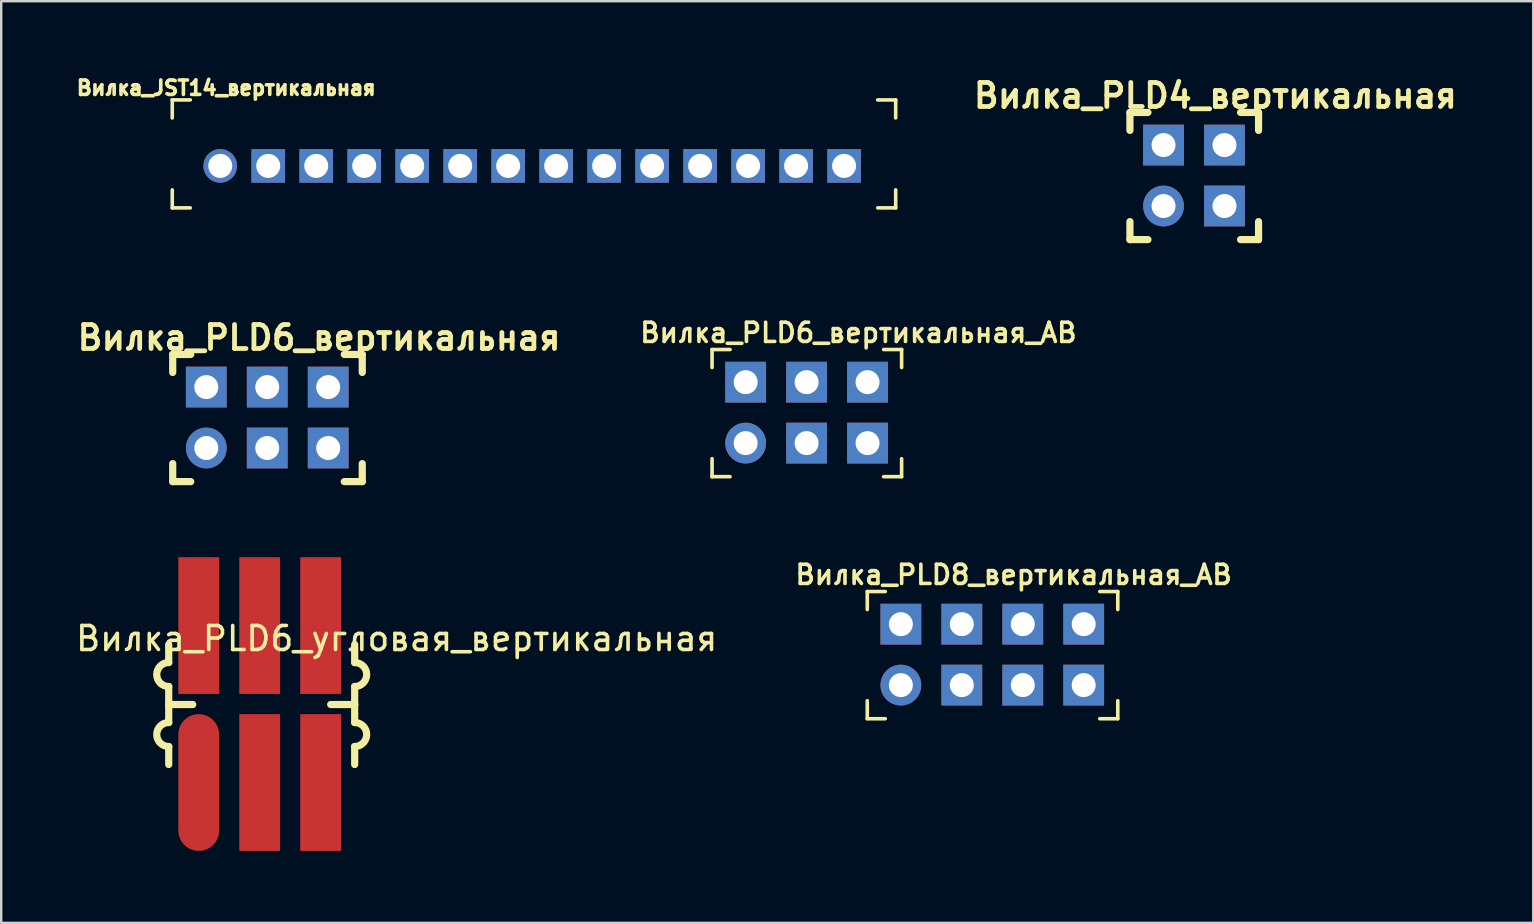
<source format=kicad_pcb>
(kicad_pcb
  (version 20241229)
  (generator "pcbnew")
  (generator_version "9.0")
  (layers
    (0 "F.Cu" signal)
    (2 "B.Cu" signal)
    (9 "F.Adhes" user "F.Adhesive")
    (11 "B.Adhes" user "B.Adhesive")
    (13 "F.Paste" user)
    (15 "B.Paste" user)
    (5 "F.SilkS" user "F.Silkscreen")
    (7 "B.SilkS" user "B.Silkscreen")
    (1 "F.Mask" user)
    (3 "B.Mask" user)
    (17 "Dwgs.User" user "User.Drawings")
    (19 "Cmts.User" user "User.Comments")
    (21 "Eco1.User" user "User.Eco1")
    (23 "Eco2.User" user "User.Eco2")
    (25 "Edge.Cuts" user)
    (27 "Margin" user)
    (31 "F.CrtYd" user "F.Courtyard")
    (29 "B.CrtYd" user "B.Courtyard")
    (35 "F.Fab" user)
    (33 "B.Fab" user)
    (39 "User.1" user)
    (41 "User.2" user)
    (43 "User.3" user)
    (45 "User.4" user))
  (footprint "Вилка_PLD6_вертикальная_AB"
    (layer "F.Cu")
    (at 28.026 15.417)
    (property "Reference" "Вилка_PLD6_вертикальная_AB" (at 4.7 -4.6 0) (layer "F.SilkS") (effects (font (size 0.8 0.8) (thickness 0.15))))
    (attr through_hole)
    (fp_line (start -1.4 -3.9) (end -1.4 -3.15) (stroke (width 0.15) (type solid)) (layer "F.SilkS"))
    (fp_line (start -1.4 -3.9) (end -0.65 -3.9) (stroke (width 0.15) (type solid)) (layer "F.SilkS"))
    (fp_line (start -1.4 0.65) (end -1.4 1.4) (stroke (width 0.15) (type solid)) (layer "F.SilkS"))
    (fp_line (start -1.4 1.4) (end -0.65 1.4) (stroke (width 0.15) (type solid)) (layer "F.SilkS"))
    (fp_line (start 6.5 -3.9) (end 5.75 -3.9) (stroke (width 0.15) (type solid)) (layer "F.SilkS"))
    (fp_line (start 6.5 -3.15) (end 6.5 -3.9) (stroke (width 0.15) (type solid)) (layer "F.SilkS"))
    (fp_line (start 6.5 0.65) (end 6.5 1.4) (stroke (width 0.15) (type solid)) (layer "F.SilkS"))
    (fp_line (start 6.5 1.4) (end 5.75 1.4) (stroke (width 0.15) (type solid)) (layer "F.SilkS"))
    (pad "1A" thru_hole circle (at 0 0) (size 1.7 1.7) (drill 1) (layers "*.Cu" "*.Mask"))
    (pad "1B" thru_hole rect (at 0 -2.54) (size 1.7 1.7) (drill 1) (layers "*.Cu" "*.Mask"))
    (pad "2A" thru_hole rect (at 2.54 0) (size 1.7 1.7) (drill 1) (layers "*.Cu" "*.Mask"))
    (pad "2B" thru_hole rect (at 2.54 -2.54) (size 1.7 1.7) (drill 1) (layers "*.Cu" "*.Mask"))
    (pad "3A" thru_hole rect (at 5.08 0) (size 1.7 1.7) (drill 1) (layers "*.Cu" "*.Mask"))
    (pad "3B" thru_hole rect (at 5.08 -2.54) (size 1.7 1.7) (drill 1) (layers "*.Cu" "*.Mask")))
  (footprint "Вилка_PLD4_вертикальная"
    (layer "F.Cu")
    (at 45.442 5.536)
    (property "Reference" "Вилка_PLD4_вертикальная" (at 2.16 -4.6 0) (layer "F.SilkS") (effects (font (size 1 1) (thickness 0.2))))
    (attr through_hole)
    (fp_line (start -1.4 -3.9) (end -1.4 -3.15) (stroke (width 0.3) (type solid)) (layer "F.SilkS"))
    (fp_line (start -1.4 -3.9) (end -0.65 -3.9) (stroke (width 0.3) (type solid)) (layer "F.SilkS"))
    (fp_line (start -1.4 0.65) (end -1.4 1.4) (stroke (width 0.3) (type solid)) (layer "F.SilkS"))
    (fp_line (start -1.4 1.4) (end -0.65 1.4) (stroke (width 0.3) (type solid)) (layer "F.SilkS"))
    (fp_line (start 3.96 -3.9) (end 3.21 -3.9) (stroke (width 0.3) (type solid)) (layer "F.SilkS"))
    (fp_line (start 3.96 -3.15) (end 3.96 -3.9) (stroke (width 0.3) (type solid)) (layer "F.SilkS"))
    (fp_line (start 3.96 0.65) (end 3.96 1.4) (stroke (width 0.3) (type solid)) (layer "F.SilkS"))
    (fp_line (start 3.96 1.4) (end 3.21 1.4) (stroke (width 0.3) (type solid)) (layer "F.SilkS"))
    (pad "1" thru_hole circle (at 0 0) (size 1.7 1.7) (drill 1) (layers "*.Cu" "*.Mask"))
    (pad "2" thru_hole rect (at 0 -2.54) (size 1.7 1.7) (drill 1) (layers "*.Cu" "*.Mask"))
    (pad "3" thru_hole rect (at 2.54 0) (size 1.7 1.7) (drill 1) (layers "*.Cu" "*.Mask"))
    (pad "4" thru_hole rect (at 2.54 -2.54) (size 1.7 1.7) (drill 1) (layers "*.Cu" "*.Mask")))
  (footprint "Вилка_PLD6_угловая_вертикальная"
    (layer "F.Cu")
    (at 5.232 27.562)
    (property "Reference" "Вилка_PLD6_угловая_вертикальная" (at 8.25 -4 0) (layer "F.SilkS") (effects (font (size 1 1) (thickness 0.15))))
    (attr through_hole)
    (fp_line (start -1.25 -3) (end -1.25 -3.75) (stroke (width 0.3) (type solid)) (layer "F.SilkS"))
    (fp_line (start -1.25 -1.25) (end -1.25 -2) (stroke (width 0.3) (type solid)) (layer "F.SilkS"))
    (fp_line (start -1.25 -1.25) (end -1.25 -0.5) (stroke (width 0.3) (type solid)) (layer "F.SilkS"))
    (fp_line (start -1.25 -1.25) (end -0.25 -1.25) (stroke (width 0.3) (type solid)) (layer "F.SilkS"))
    (fp_line (start -1.25 0.5) (end -1.25 1.25) (stroke (width 0.3) (type solid)) (layer "F.SilkS"))
    (fp_line (start 6.5 -3) (end 6.5 -3.75) (stroke (width 0.3) (type solid)) (layer "F.SilkS"))
    (fp_line (start 6.5 -1.25) (end 5.5 -1.25) (stroke (width 0.3) (type solid)) (layer "F.SilkS"))
    (fp_line (start 6.5 -1.25) (end 6.5 -2) (stroke (width 0.3) (type solid)) (layer "F.SilkS"))
    (fp_line (start 6.5 -1.25) (end 6.5 -0.5) (stroke (width 0.3) (type solid)) (layer "F.SilkS"))
    (fp_line (start 6.5 0.5) (end 6.5 1.25) (stroke (width 0.3) (type solid)) (layer "F.SilkS"))
    (fp_arc (start -1.25 -2) (mid -1.75 -2.5) (end -1.25 -3) (stroke (width 0.3) (type solid)) (layer "F.SilkS"))
    (fp_arc (start -1.25 0.5) (mid -1.75 0) (end -1.25 -0.5) (stroke (width 0.3) (type solid)) (layer "F.SilkS"))
    (fp_arc (start 6.5 -3) (mid 7 -2.5) (end 6.5 -2) (stroke (width 0.3) (type solid)) (layer "F.SilkS"))
    (fp_arc (start 6.5 -0.5) (mid 7 0) (end 6.5 0.5) (stroke (width 0.3) (type solid)) (layer "F.SilkS"))
    (pad "1" smd oval (at 0 0) (size 1.7 5.7) (drill (offset 0 2)) (layers "F.Cu" "F.Mask" "F.Paste"))
    (pad "2" smd rect (at 0 -2.54) (size 1.7 5.7) (drill (offset 0 -2)) (layers "F.Cu" "F.Mask" "F.Paste"))
    (pad "3" smd rect (at 2.54 0) (size 1.7 5.7) (drill (offset 0 2)) (layers "F.Cu" "F.Mask" "F.Paste"))
    (pad "4" smd rect (at 2.54 -2.54) (size 1.7 5.7) (drill (offset 0 -2)) (layers "F.Cu" "F.Mask" "F.Paste"))
    (pad "5" smd rect (at 5.08 0) (size 1.7 5.7) (drill (offset 0 2)) (layers "F.Cu" "F.Mask" "F.Paste"))
    (pad "6" smd rect (at 5.08 -2.54) (size 1.7 5.7) (drill (offset 0 -2)) (layers "F.Cu" "F.Mask" "F.Paste")))
  (footprint "Вилка_PLD8_вертикальная_AB"
    (layer "F.Cu")
    (at 34.495 25.503)
    (property "Reference" "Вилка_PLD8_вертикальная_AB" (at 4.7 -4.6 0) (layer "F.SilkS") (effects (font (size 0.8 0.8) (thickness 0.15))))
    (attr through_hole)
    (fp_line (start -1.4 -3.9) (end -1.4 -3.15) (stroke (width 0.15) (type solid)) (layer "F.SilkS"))
    (fp_line (start -1.4 -3.9) (end -0.65 -3.9) (stroke (width 0.15) (type solid)) (layer "F.SilkS"))
    (fp_line (start -1.4 0.65) (end -1.4 1.4) (stroke (width 0.15) (type solid)) (layer "F.SilkS"))
    (fp_line (start -1.4 1.4) (end -0.65 1.4) (stroke (width 0.15) (type solid)) (layer "F.SilkS"))
    (fp_line (start 9.04 -3.9) (end 8.29 -3.9) (stroke (width 0.15) (type solid)) (layer "F.SilkS"))
    (fp_line (start 9.04 -3.15) (end 9.04 -3.9) (stroke (width 0.15) (type solid)) (layer "F.SilkS"))
    (fp_line (start 9.04 0.65) (end 9.04 1.4) (stroke (width 0.15) (type solid)) (layer "F.SilkS"))
    (fp_line (start 9.04 1.4) (end 8.29 1.4) (stroke (width 0.15) (type solid)) (layer "F.SilkS"))
    (pad "1A" thru_hole circle (at 0 0) (size 1.7 1.7) (drill 1) (layers "*.Cu" "*.Mask"))
    (pad "1B" thru_hole rect (at 0 -2.54) (size 1.7 1.7) (drill 1) (layers "*.Cu" "*.Mask"))
    (pad "2A" thru_hole rect (at 2.54 0) (size 1.7 1.7) (drill 1) (layers "*.Cu" "*.Mask"))
    (pad "2B" thru_hole rect (at 2.54 -2.54) (size 1.7 1.7) (drill 1) (layers "*.Cu" "*.Mask"))
    (pad "3A" thru_hole rect (at 5.08 0) (size 1.7 1.7) (drill 1) (layers "*.Cu" "*.Mask"))
    (pad "3B" thru_hole rect (at 5.08 -2.54) (size 1.7 1.7) (drill 1) (layers "*.Cu" "*.Mask"))
    (pad "4A" thru_hole rect (at 7.62 0) (size 1.7 1.7) (drill 1) (layers "*.Cu" "*.Mask"))
    (pad "4B" thru_hole rect (at 7.62 -2.54) (size 1.7 1.7) (drill 1) (layers "*.Cu" "*.Mask")))
  (footprint "Вилка_PLD6_вертикальная"
    (layer "F.Cu")
    (at 5.548 15.622)
    (property "Reference" "Вилка_PLD6_вертикальная" (at 4.7 -4.6 0) (layer "F.SilkS") (effects (font (size 1 1) (thickness 0.2))))
    (attr through_hole)
    (fp_line (start -1.4 -3.9) (end -1.4 -3.15) (stroke (width 0.3) (type solid)) (layer "F.SilkS"))
    (fp_line (start -1.4 -3.9) (end -0.65 -3.9) (stroke (width 0.3) (type solid)) (layer "F.SilkS"))
    (fp_line (start -1.4 0.65) (end -1.4 1.4) (stroke (width 0.3) (type solid)) (layer "F.SilkS"))
    (fp_line (start -1.4 1.4) (end -0.65 1.4) (stroke (width 0.3) (type solid)) (layer "F.SilkS"))
    (fp_line (start 6.5 -3.9) (end 5.75 -3.9) (stroke (width 0.3) (type solid)) (layer "F.SilkS"))
    (fp_line (start 6.5 -3.15) (end 6.5 -3.9) (stroke (width 0.3) (type solid)) (layer "F.SilkS"))
    (fp_line (start 6.5 0.65) (end 6.5 1.4) (stroke (width 0.3) (type solid)) (layer "F.SilkS"))
    (fp_line (start 6.5 1.4) (end 5.75 1.4) (stroke (width 0.3) (type solid)) (layer "F.SilkS"))
    (pad "1" thru_hole circle (at 0 0) (size 1.7 1.7) (drill 1) (layers "*.Cu" "*.Mask"))
    (pad "2" thru_hole rect (at 0 -2.54) (size 1.7 1.7) (drill 1) (layers "*.Cu" "*.Mask"))
    (pad "3" thru_hole rect (at 2.54 0) (size 1.7 1.7) (drill 1) (layers "*.Cu" "*.Mask"))
    (pad "4" thru_hole rect (at 2.54 -2.54) (size 1.7 1.7) (drill 1) (layers "*.Cu" "*.Mask"))
    (pad "5" thru_hole rect (at 5.08 0) (size 1.7 1.7) (drill 1) (layers "*.Cu" "*.Mask"))
    (pad "6" thru_hole rect (at 5.08 -2.54) (size 1.7 1.7) (drill 1) (layers "*.Cu" "*.Mask")))
  (footprint "Вилка_JST14_вертикальная"
    (layer "F.Cu")
    (at 6.129 3.864)
    (property "Reference" "Вилка_JST14_вертикальная" (at 0.25 -3.25 0) (layer "F.SilkS") (effects (font (size 0.6 0.6) (thickness 0.15))))
    (attr through_hole)
    (fp_line (start -2 -2.75) (end -2 -2) (stroke (width 0.15) (type solid)) (layer "F.SilkS"))
    (fp_line (start -2 -2.75) (end -1.25 -2.75) (stroke (width 0.15) (type solid)) (layer "F.SilkS"))
    (fp_line (start -2 1) (end -2 1.75) (stroke (width 0.15) (type solid)) (layer "F.SilkS"))
    (fp_line (start -2 1.75) (end -1.25 1.75) (stroke (width 0.15) (type solid)) (layer "F.SilkS"))
    (fp_line (start 27.4 -2.75) (end 28.15 -2.75) (stroke (width 0.15) (type solid)) (layer "F.SilkS"))
    (fp_line (start 28.15 -2.75) (end 28.15 -2) (stroke (width 0.15) (type solid)) (layer "F.SilkS"))
    (fp_line (start 28.15 1) (end 28.15 1.75) (stroke (width 0.15) (type solid)) (layer "F.SilkS"))
    (fp_line (start 28.15 1.75) (end 27.4 1.75) (stroke (width 0.15) (type solid)) (layer "F.SilkS"))
    (pad "1" thru_hole circle (at 0 0) (size 1.4 1.4) (drill 1) (layers "*.Cu" "*.Mask"))
    (pad "2" thru_hole rect (at 2 0) (size 1.4 1.4) (drill 1) (layers "*.Cu" "*.Mask"))
    (pad "3" thru_hole rect (at 4 0) (size 1.4 1.4) (drill 1) (layers "*.Cu" "*.Mask"))
    (pad "4" thru_hole rect (at 6 0) (size 1.4 1.4) (drill 1) (layers "*.Cu" "*.Mask"))
    (pad "5" thru_hole rect (at 8 0) (size 1.4 1.4) (drill 1) (layers "*.Cu" "*.Mask"))
    (pad "6" thru_hole rect (at 10 0) (size 1.4 1.4) (drill 1) (layers "*.Cu" "*.Mask"))
    (pad "7" thru_hole rect (at 12 0) (size 1.4 1.4) (drill 1) (layers "*.Cu" "*.Mask"))
    (pad "8" thru_hole rect (at 14 0) (size 1.4 1.4) (drill 1) (layers "*.Cu" "*.Mask"))
    (pad "9" thru_hole rect (at 16 0) (size 1.4 1.4) (drill 1) (layers "*.Cu" "*.Mask"))
    (pad "10" thru_hole rect (at 18 0) (size 1.4 1.4) (drill 1) (layers "*.Cu" "*.Mask"))
    (pad "11" thru_hole rect (at 20 0) (size 1.4 1.4) (drill 1) (layers "*.Cu" "*.Mask"))
    (pad "12" thru_hole rect (at 22 0) (size 1.4 1.4) (drill 1) (layers "*.Cu" "*.Mask"))
    (pad "13" thru_hole rect (at 24 0) (size 1.4 1.4) (drill 1) (layers "*.Cu" "*.Mask"))
    (pad "14" thru_hole rect (at 26 0) (size 1.4 1.4) (drill 1) (layers "*.Cu" "*.Mask")))
  (gr_rect
    (start -3 -3)
    (end 60.85 35.412)
    (stroke (width 0.1) (type default))
    (fill no)
    (layer "Edge.Cuts")))
</source>
